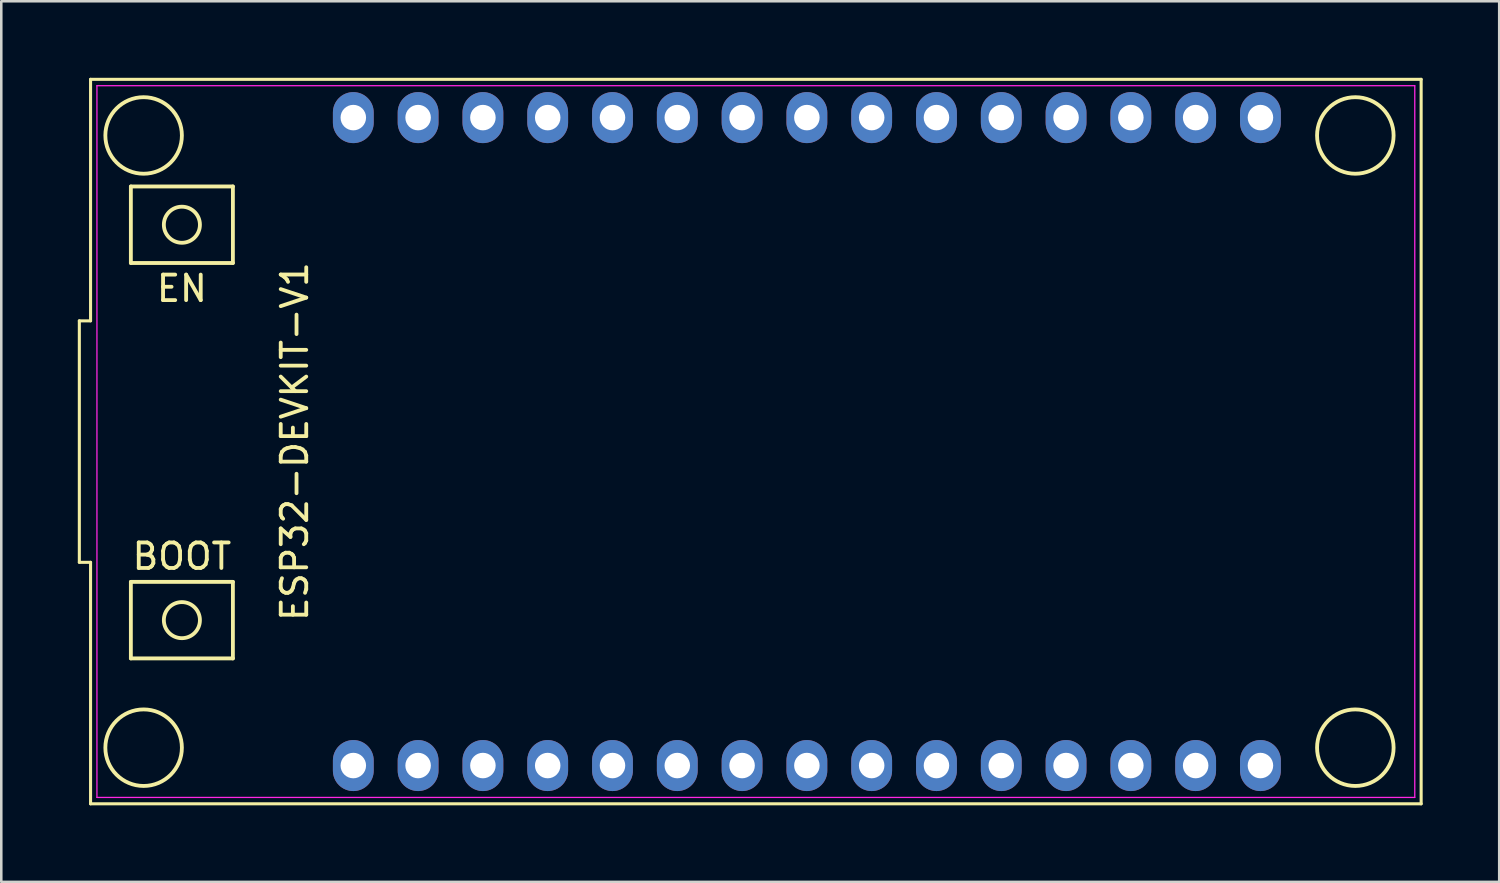
<source format=kicad_pcb>
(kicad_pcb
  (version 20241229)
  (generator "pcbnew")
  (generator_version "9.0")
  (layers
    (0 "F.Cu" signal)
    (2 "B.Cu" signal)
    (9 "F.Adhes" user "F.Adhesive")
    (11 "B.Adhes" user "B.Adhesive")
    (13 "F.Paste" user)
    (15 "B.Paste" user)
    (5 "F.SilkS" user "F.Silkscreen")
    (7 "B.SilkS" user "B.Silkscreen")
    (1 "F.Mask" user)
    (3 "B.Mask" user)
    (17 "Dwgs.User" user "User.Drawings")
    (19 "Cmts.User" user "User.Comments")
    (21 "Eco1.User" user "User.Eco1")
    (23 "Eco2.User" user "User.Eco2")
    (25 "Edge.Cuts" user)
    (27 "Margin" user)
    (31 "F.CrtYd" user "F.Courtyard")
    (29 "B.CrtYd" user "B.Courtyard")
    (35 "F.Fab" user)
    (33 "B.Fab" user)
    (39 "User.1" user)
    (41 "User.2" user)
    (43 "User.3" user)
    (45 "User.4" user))
  (footprint "ESP32-DEVKIT-V1"
    (layer "F.Cu")
    (at 28.58 14.26)
    (property "Reference" "ESP32-DEVKIT-V1" (at -20.08 0 90) (layer "F.SilkS") (effects (font (size 1 1) (thickness 0.15))))
    (attr through_hole)
    (fp_line (start -28.52 -4.733) (end -28.52 4.733) (stroke (width 0.12) (type solid)) (layer "F.SilkS"))
    (fp_line (start -28.52 4.733) (end -28.08 4.733) (stroke (width 0.12) (type solid)) (layer "F.SilkS"))
    (fp_line (start -28.08 -14.2) (end -28.08 -4.733) (stroke (width 0.12) (type solid)) (layer "F.SilkS"))
    (fp_line (start -28.08 -4.733) (end -28.52 -4.733) (stroke (width 0.12) (type solid)) (layer "F.SilkS"))
    (fp_line (start -28.08 4.733) (end -28.08 14.2) (stroke (width 0.12) (type solid)) (layer "F.SilkS"))
    (fp_line (start -28.08 14.2) (end 24.08 14.2) (stroke (width 0.12) (type solid)) (layer "F.SilkS"))
    (fp_line (start -26.5 -10) (end -26.5 -7) (stroke (width 0.15) (type solid)) (layer "F.SilkS"))
    (fp_line (start -26.5 -7) (end -22.5 -7) (stroke (width 0.15) (type solid)) (layer "F.SilkS"))
    (fp_line (start -26.5 5.5) (end -26.5 8.5) (stroke (width 0.15) (type solid)) (layer "F.SilkS"))
    (fp_line (start -26.5 8.5) (end -22.5 8.5) (stroke (width 0.15) (type solid)) (layer "F.SilkS"))
    (fp_line (start -22.5 -10) (end -26.5 -10) (stroke (width 0.15) (type solid)) (layer "F.SilkS"))
    (fp_line (start -22.5 -7) (end -22.5 -10) (stroke (width 0.15) (type solid)) (layer "F.SilkS"))
    (fp_line (start -22.5 5.5) (end -26.5 5.5) (stroke (width 0.15) (type solid)) (layer "F.SilkS"))
    (fp_line (start -22.5 8.5) (end -22.5 5.5) (stroke (width 0.15) (type solid)) (layer "F.SilkS"))
    (fp_line (start 24.08 -14.2) (end -28.08 -14.2) (stroke (width 0.12) (type solid)) (layer "F.SilkS"))
    (fp_line (start 24.08 14.2) (end 24.08 -14.2) (stroke (width 0.12) (type solid)) (layer "F.SilkS"))
    (fp_circle (center -26 -12) (end -26 -13.5) (stroke (width 0.15) (type solid)) (fill no) (layer "F.SilkS"))
    (fp_circle (center -26 12) (end -26 10.5) (stroke (width 0.15) (type solid)) (fill no) (layer "F.SilkS"))
    (fp_circle (center -24.5 -8.5) (end -24 -9) (stroke (width 0.15) (type solid)) (fill no) (layer "F.SilkS"))
    (fp_circle (center -24.5 7) (end -24 6.5) (stroke (width 0.15) (type solid)) (fill no) (layer "F.SilkS"))
    (fp_circle (center 21.5 -12) (end 21.5 -13.5) (stroke (width 0.15) (type solid)) (fill no) (layer "F.SilkS"))
    (fp_circle (center 21.5 12) (end 21.5 10.5) (stroke (width 0.15) (type solid)) (fill no) (layer "F.SilkS"))
    (fp_line (start -27.83 -13.95) (end 23.83 -13.95) (stroke (width 0.05) (type solid)) (layer "F.CrtYd"))
    (fp_line (start -27.83 13.95) (end -27.83 -13.95) (stroke (width 0.05) (type solid)) (layer "F.CrtYd"))
    (fp_line (start 23.83 -13.95) (end 23.83 13.95) (stroke (width 0.05) (type solid)) (layer "F.CrtYd"))
    (fp_line (start 23.83 13.95) (end -27.83 13.95) (stroke (width 0.05) (type solid)) (layer "F.CrtYd"))
    (fp_text user "BOOT" (at -24.5 4.5 0) (layer "F.SilkS") (effects (font (size 1 1) (thickness 0.15))))
    (fp_text user "EN" (at -24.5 -6 0) (layer "F.SilkS") (effects (font (size 1 1) (thickness 0.15))))
    (pad "1" thru_hole oval (at -17.78 12.7) (size 1.6 2) (drill 1) (layers "*.Cu" "*.Mask"))
    (pad "2" thru_hole oval (at -15.24 12.7) (size 1.6 2) (drill 1) (layers "*.Cu" "*.Mask"))
    (pad "3" thru_hole oval (at -12.7 12.7) (size 1.6 2) (drill 1) (layers "*.Cu" "*.Mask"))
    (pad "4" thru_hole oval (at -10.16 12.7) (size 1.6 2) (drill 1) (layers "*.Cu" "*.Mask"))
    (pad "5" thru_hole oval (at -7.62 12.7) (size 1.6 2) (drill 1) (layers "*.Cu" "*.Mask"))
    (pad "6" thru_hole oval (at -5.08 12.7) (size 1.6 2) (drill 1) (layers "*.Cu" "*.Mask"))
    (pad "7" thru_hole oval (at -2.54 12.7) (size 1.6 2) (drill 1) (layers "*.Cu" "*.Mask"))
    (pad "8" thru_hole oval (at 0 12.7) (size 1.6 2) (drill 1) (layers "*.Cu" "*.Mask"))
    (pad "9" thru_hole oval (at 2.54 12.7) (size 1.6 2) (drill 1) (layers "*.Cu" "*.Mask"))
    (pad "10" thru_hole oval (at 5.08 12.7) (size 1.6 2) (drill 1) (layers "*.Cu" "*.Mask"))
    (pad "11" thru_hole oval (at 7.62 12.7) (size 1.6 2) (drill 1) (layers "*.Cu" "*.Mask"))
    (pad "12" thru_hole oval (at 10.16 12.7) (size 1.6 2) (drill 1) (layers "*.Cu" "*.Mask"))
    (pad "13" thru_hole oval (at 12.7 12.7) (size 1.6 2) (drill 1) (layers "*.Cu" "*.Mask"))
    (pad "14" thru_hole oval (at 15.24 12.7) (size 1.6 2) (drill 1) (layers "*.Cu" "*.Mask"))
    (pad "15" thru_hole oval (at 17.78 12.7) (size 1.6 2) (drill 1) (layers "*.Cu" "*.Mask"))
    (pad "16" thru_hole oval (at 17.78 -12.7) (size 1.6 2) (drill 1) (layers "*.Cu" "*.Mask"))
    (pad "17" thru_hole oval (at 15.24 -12.7) (size 1.6 2) (drill 1) (layers "*.Cu" "*.Mask"))
    (pad "18" thru_hole oval (at 12.7 -12.7) (size 1.6 2) (drill 1) (layers "*.Cu" "*.Mask"))
    (pad "19" thru_hole oval (at 10.16 -12.7) (size 1.6 2) (drill 1) (layers "*.Cu" "*.Mask"))
    (pad "20" thru_hole oval (at 7.62 -12.7) (size 1.6 2) (drill 1) (layers "*.Cu" "*.Mask"))
    (pad "21" thru_hole oval (at 5.08 -12.7) (size 1.6 2) (drill 1) (layers "*.Cu" "*.Mask"))
    (pad "22" thru_hole oval (at 2.54 -12.7) (size 1.6 2) (drill 1) (layers "*.Cu" "*.Mask"))
    (pad "23" thru_hole oval (at 0 -12.7) (size 1.6 2) (drill 1) (layers "*.Cu" "*.Mask"))
    (pad "24" thru_hole oval (at -2.54 -12.7) (size 1.6 2) (drill 1) (layers "*.Cu" "*.Mask"))
    (pad "25" thru_hole oval (at -5.08 -12.7) (size 1.6 2) (drill 1) (layers "*.Cu" "*.Mask"))
    (pad "26" thru_hole oval (at -7.62 -12.7) (size 1.6 2) (drill 1) (layers "*.Cu" "*.Mask"))
    (pad "27" thru_hole oval (at -10.16 -12.7) (size 1.6 2) (drill 1) (layers "*.Cu" "*.Mask"))
    (pad "28" thru_hole oval (at -12.7 -12.7) (size 1.6 2) (drill 1) (layers "*.Cu" "*.Mask"))
    (pad "29" thru_hole oval (at -15.24 -12.7) (size 1.6 2) (drill 1) (layers "*.Cu" "*.Mask"))
    (pad "30" thru_hole oval (at -17.78 -12.7) (size 1.6 2) (drill 1) (layers "*.Cu" "*.Mask")))
  (gr_rect
    (start -3 -3)
    (end 55.72 31.52)
    (stroke (width 0.1) (type default))
    (fill no)
    (layer "Edge.Cuts")))
</source>
